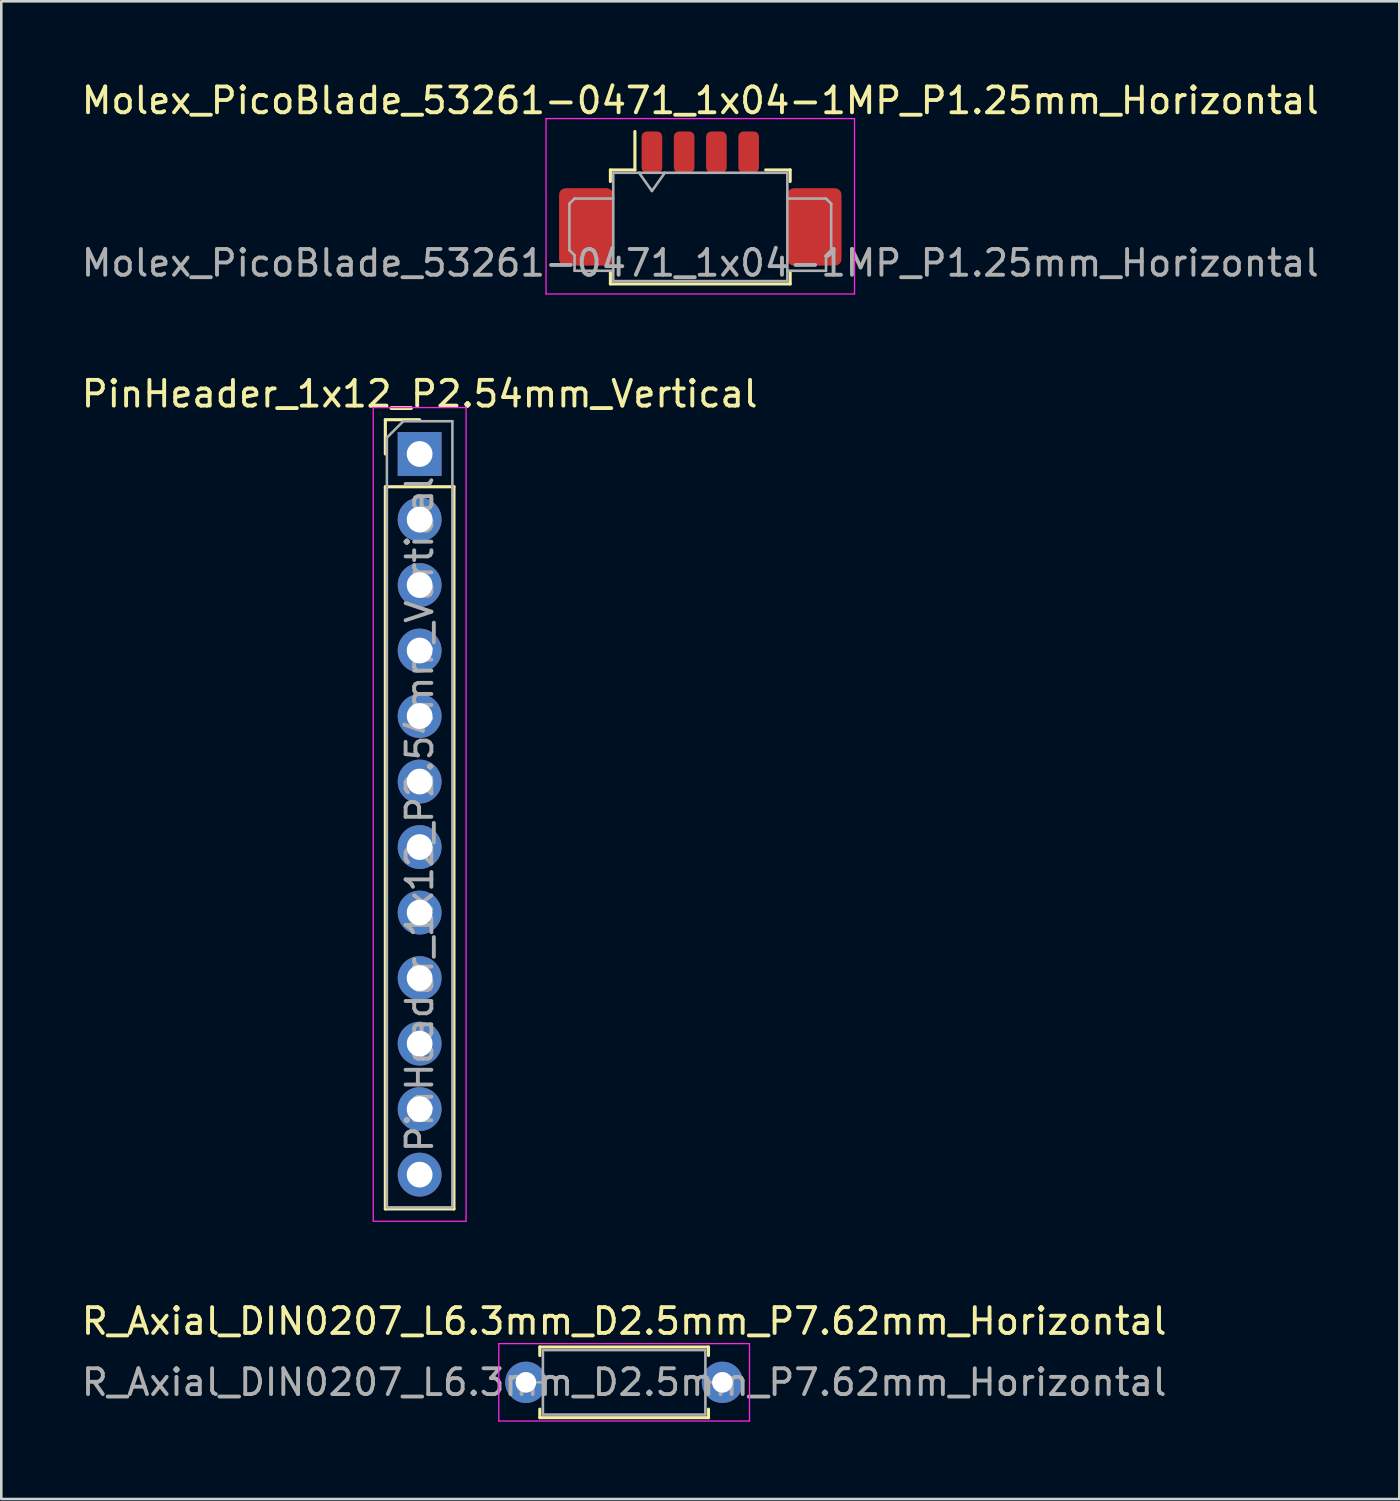
<source format=kicad_pcb>
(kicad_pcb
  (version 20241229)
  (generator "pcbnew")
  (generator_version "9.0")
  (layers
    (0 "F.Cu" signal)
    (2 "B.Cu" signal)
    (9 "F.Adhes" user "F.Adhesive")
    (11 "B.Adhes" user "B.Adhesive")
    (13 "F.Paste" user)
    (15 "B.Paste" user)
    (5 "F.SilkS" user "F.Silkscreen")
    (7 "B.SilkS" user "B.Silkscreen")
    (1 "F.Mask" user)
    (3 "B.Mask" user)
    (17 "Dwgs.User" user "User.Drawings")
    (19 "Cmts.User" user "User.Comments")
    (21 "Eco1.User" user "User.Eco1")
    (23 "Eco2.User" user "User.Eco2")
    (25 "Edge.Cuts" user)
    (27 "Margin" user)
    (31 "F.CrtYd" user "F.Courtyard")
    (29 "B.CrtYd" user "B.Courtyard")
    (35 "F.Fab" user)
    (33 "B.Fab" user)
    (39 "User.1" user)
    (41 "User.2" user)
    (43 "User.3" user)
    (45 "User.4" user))
  (footprint "R_Axial_DIN0207_L6.3mm_D2.5mm_P7.62mm_Horizontal"
    (layer "F.Cu")
    (at 17.339 50.545)
    (property "Reference" "R_Axial_DIN0207_L6.3mm_D2.5mm_P7.62mm_Horizontal" (at 3.81 -2.37 180) (layer "F.SilkS") (effects (font (size 1 1) (thickness 0.15))))
    (attr through_hole)
    (fp_line (start 0.54 -1.37) (end 7.08 -1.37) (stroke (width 0.12) (type solid)) (layer "F.SilkS"))
    (fp_line (start 0.54 -1.04) (end 0.54 -1.37) (stroke (width 0.12) (type solid)) (layer "F.SilkS"))
    (fp_line (start 0.54 1.04) (end 0.54 1.37) (stroke (width 0.12) (type solid)) (layer "F.SilkS"))
    (fp_line (start 0.54 1.37) (end 7.08 1.37) (stroke (width 0.12) (type solid)) (layer "F.SilkS"))
    (fp_line (start 7.08 -1.37) (end 7.08 -1.04) (stroke (width 0.12) (type solid)) (layer "F.SilkS"))
    (fp_line (start 7.08 1.37) (end 7.08 1.04) (stroke (width 0.12) (type solid)) (layer "F.SilkS"))
    (fp_line (start -1.05 -1.5) (end -1.05 1.5) (stroke (width 0.05) (type solid)) (layer "F.CrtYd"))
    (fp_line (start -1.05 1.5) (end 8.67 1.5) (stroke (width 0.05) (type solid)) (layer "F.CrtYd"))
    (fp_line (start 8.67 -1.5) (end -1.05 -1.5) (stroke (width 0.05) (type solid)) (layer "F.CrtYd"))
    (fp_line (start 8.67 1.5) (end 8.67 -1.5) (stroke (width 0.05) (type solid)) (layer "F.CrtYd"))
    (fp_line (start 0 0) (end 0.66 0) (stroke (width 0.1) (type solid)) (layer "F.Fab"))
    (fp_line (start 0.66 -1.25) (end 0.66 1.25) (stroke (width 0.1) (type solid)) (layer "F.Fab"))
    (fp_line (start 0.66 1.25) (end 6.96 1.25) (stroke (width 0.1) (type solid)) (layer "F.Fab"))
    (fp_line (start 6.96 -1.25) (end 0.66 -1.25) (stroke (width 0.1) (type solid)) (layer "F.Fab"))
    (fp_line (start 6.96 1.25) (end 6.96 -1.25) (stroke (width 0.1) (type solid)) (layer "F.Fab"))
    (fp_line (start 7.62 0) (end 6.96 0) (stroke (width 0.1) (type solid)) (layer "F.Fab"))
    (fp_text user "${REFERENCE}" (at 3.81 0 180) (layer "F.Fab") (effects (font (size 1 1) (thickness 0.15))))
    (pad "1" thru_hole circle (at 0 0) (size 1.6 1.6) (drill 0.8) (layers "*.Cu" "*.Mask"))
    (pad "2" thru_hole oval (at 7.62 0) (size 1.6 1.6) (drill 0.8) (layers "*.Cu" "*.Mask")))
  (footprint "PinHeader_1x12_P2.54mm_Vertical"
    (layer "F.Cu")
    (at 13.22 14.552)
    (property "Reference" "PinHeader_1x12_P2.54mm_Vertical" (at 0 -2.33 0) (layer "F.SilkS") (effects (font (size 1 1) (thickness 0.15))))
    (attr through_hole dnp)
    (fp_line (start -1.33 -1.33) (end -1.33 0) (stroke (width 0.12) (type solid)) (layer "F.SilkS"))
    (fp_line (start -1.33 29.27) (end -1.33 1.27) (stroke (width 0.12) (type solid)) (layer "F.SilkS"))
    (fp_line (start 0 -1.33) (end -1.33 -1.33) (stroke (width 0.12) (type solid)) (layer "F.SilkS"))
    (fp_line (start 1.33 1.27) (end -1.33 1.27) (stroke (width 0.12) (type solid)) (layer "F.SilkS"))
    (fp_line (start 1.33 29.27) (end -1.33 29.27) (stroke (width 0.12) (type solid)) (layer "F.SilkS"))
    (fp_line (start 1.33 29.27) (end 1.33 1.27) (stroke (width 0.12) (type solid)) (layer "F.SilkS"))
    (fp_line (start -1.8 -1.8) (end 1.8 -1.8) (stroke (width 0.05) (type solid)) (layer "F.CrtYd"))
    (fp_line (start -1.8 29.75) (end -1.8 -1.8) (stroke (width 0.05) (type solid)) (layer "F.CrtYd"))
    (fp_line (start 1.8 -1.8) (end 1.8 29.75) (stroke (width 0.05) (type solid)) (layer "F.CrtYd"))
    (fp_line (start 1.8 29.75) (end -1.8 29.75) (stroke (width 0.05) (type solid)) (layer "F.CrtYd"))
    (fp_line (start -1.27 -0.635) (end -1.27 29.21) (stroke (width 0.1) (type solid)) (layer "F.Fab"))
    (fp_line (start -1.27 29.21) (end 1.27 29.21) (stroke (width 0.1) (type solid)) (layer "F.Fab"))
    (fp_line (start -0.635 -1.27) (end -1.27 -0.635) (stroke (width 0.1) (type solid)) (layer "F.Fab"))
    (fp_line (start 1.27 -1.27) (end -0.635 -1.27) (stroke (width 0.1) (type solid)) (layer "F.Fab"))
    (fp_line (start 1.27 29.21) (end 1.27 -1.27) (stroke (width 0.1) (type solid)) (layer "F.Fab"))
    (fp_text user "${REFERENCE}" (at 0 13.97 90) (layer "F.Fab") (effects (font (size 1 1) (thickness 0.15))))
    (pad "1" thru_hole rect (at 0 0 180) (size 1.7 1.7) (drill 1) (layers "*.Cu" "*.Mask"))
    (pad "2" thru_hole oval (at 0 2.54 180) (size 1.7 1.7) (drill 1) (layers "*.Cu" "*.Mask"))
    (pad "3" thru_hole oval (at 0 5.08 180) (size 1.7 1.7) (drill 1) (layers "*.Cu" "*.Mask"))
    (pad "4" thru_hole oval (at 0 7.62 180) (size 1.7 1.7) (drill 1) (layers "*.Cu" "*.Mask"))
    (pad "5" thru_hole oval (at 0 10.16 180) (size 1.7 1.7) (drill 1) (layers "*.Cu" "*.Mask"))
    (pad "6" thru_hole oval (at 0 12.7 180) (size 1.7 1.7) (drill 1) (layers "*.Cu" "*.Mask"))
    (pad "7" thru_hole oval (at 0 15.24 180) (size 1.7 1.7) (drill 1) (layers "*.Cu" "*.Mask"))
    (pad "8" thru_hole oval (at 0 17.78 180) (size 1.7 1.7) (drill 1) (layers "*.Cu" "*.Mask"))
    (pad "9" thru_hole oval (at 0 20.32 180) (size 1.7 1.7) (drill 1) (layers "*.Cu" "*.Mask"))
    (pad "10" thru_hole oval (at 0 22.86 180) (size 1.7 1.7) (drill 1) (layers "*.Cu" "*.Mask"))
    (pad "11" thru_hole oval (at 0 25.4 180) (size 1.7 1.7) (drill 1) (layers "*.Cu" "*.Mask"))
    (pad "12" thru_hole oval (at 0 27.94 180) (size 1.7 1.7) (drill 1) (layers "*.Cu" "*.Mask")))
  (footprint "Molex_PicoBlade_53261-0471_1x04-1MP_P1.25mm_Horizontal"
    (layer "F.Cu")
    (at 24.101 5.248)
    (property "Reference" "Molex_PicoBlade_53261-0471_1x04-1MP_P1.25mm_Horizontal" (at 0 -4.4 180) (layer "F.SilkS") (effects (font (size 1 1) (thickness 0.15))))
    (attr smd allow_missing_courtyard)
    (fp_line (start -3.485 -1.71) (end -2.535 -1.71) (stroke (width 0.12) (type solid)) (layer "F.SilkS"))
    (fp_line (start -3.485 -1.26) (end -3.485 -1.71) (stroke (width 0.12) (type solid)) (layer "F.SilkS"))
    (fp_line (start -3.485 2.26) (end -3.485 2.71) (stroke (width 0.12) (type solid)) (layer "F.SilkS"))
    (fp_line (start -3.485 2.71) (end 3.485 2.71) (stroke (width 0.12) (type solid)) (layer "F.SilkS"))
    (fp_line (start -2.535 -1.71) (end -2.535 -3.2) (stroke (width 0.12) (type solid)) (layer "F.SilkS"))
    (fp_line (start 3.485 -1.71) (end 2.535 -1.71) (stroke (width 0.12) (type solid)) (layer "F.SilkS"))
    (fp_line (start 3.485 -1.26) (end 3.485 -1.71) (stroke (width 0.12) (type solid)) (layer "F.SilkS"))
    (fp_line (start 3.485 2.71) (end 3.485 2.26) (stroke (width 0.12) (type solid)) (layer "F.SilkS"))
    (fp_line (start -5.98 -3.7) (end -5.98 3.1) (stroke (width 0.05) (type solid)) (layer "F.CrtYd"))
    (fp_line (start -5.98 3.1) (end 5.98 3.1) (stroke (width 0.05) (type solid)) (layer "F.CrtYd"))
    (fp_line (start 5.98 -3.7) (end -5.98 -3.7) (stroke (width 0.05) (type solid)) (layer "F.CrtYd"))
    (fp_line (start 5.98 3.1) (end 5.98 -3.7) (stroke (width 0.05) (type solid)) (layer "F.CrtYd"))
    (fp_line (start -5.075 -0.4) (end -5.075 1.4) (stroke (width 0.1) (type solid)) (layer "F.Fab"))
    (fp_line (start -5.075 1.4) (end -4.875 1.6) (stroke (width 0.1) (type solid)) (layer "F.Fab"))
    (fp_line (start -4.875 -0.6) (end -5.075 -0.4) (stroke (width 0.1) (type solid)) (layer "F.Fab"))
    (fp_line (start -4.875 1.6) (end -4.875 2.2) (stroke (width 0.1) (type solid)) (layer "F.Fab"))
    (fp_line (start -4.875 2.2) (end -3.375 2.2) (stroke (width 0.1) (type solid)) (layer "F.Fab"))
    (fp_line (start -3.375 -1.6) (end -3.375 2.6) (stroke (width 0.1) (type solid)) (layer "F.Fab"))
    (fp_line (start -3.375 -1.6) (end 3.375 -1.6) (stroke (width 0.1) (type solid)) (layer "F.Fab"))
    (fp_line (start -3.375 -0.6) (end -4.875 -0.6) (stroke (width 0.1) (type solid)) (layer "F.Fab"))
    (fp_line (start -3.375 2.6) (end 3.375 2.6) (stroke (width 0.1) (type solid)) (layer "F.Fab"))
    (fp_line (start -2.375 -1.6) (end -1.875 -0.893) (stroke (width 0.1) (type solid)) (layer "F.Fab"))
    (fp_line (start -1.875 -0.893) (end -1.375 -1.6) (stroke (width 0.1) (type solid)) (layer "F.Fab"))
    (fp_line (start 3.375 -1.6) (end 3.375 2.6) (stroke (width 0.1) (type solid)) (layer "F.Fab"))
    (fp_line (start 3.375 -0.6) (end 4.875 -0.6) (stroke (width 0.1) (type solid)) (layer "F.Fab"))
    (fp_line (start 4.875 -0.6) (end 5.075 -0.4) (stroke (width 0.1) (type solid)) (layer "F.Fab"))
    (fp_line (start 4.875 1.6) (end 4.875 2.2) (stroke (width 0.1) (type solid)) (layer "F.Fab"))
    (fp_line (start 4.875 2.2) (end 3.375 2.2) (stroke (width 0.1) (type solid)) (layer "F.Fab"))
    (fp_line (start 5.075 -0.4) (end 5.075 1.4) (stroke (width 0.1) (type solid)) (layer "F.Fab"))
    (fp_line (start 5.075 1.4) (end 4.875 1.6) (stroke (width 0.1) (type solid)) (layer "F.Fab"))
    (fp_text user "${REFERENCE}" (at 0 1.9 180) (layer "F.Fab") (effects (font (size 1 1) (thickness 0.15))))
    (pad "1" smd roundrect (at -1.875 -2.4) (size 0.8 1.6) (layers "F.Cu" "F.Mask" "F.Paste") (roundrect_rratio 0.25))
    (pad "2" smd roundrect (at -0.625 -2.4) (size 0.8 1.6) (layers "F.Cu" "F.Mask" "F.Paste") (roundrect_rratio 0.25))
    (pad "3" smd roundrect (at 0.625 -2.4) (size 0.8 1.6) (layers "F.Cu" "F.Mask" "F.Paste") (roundrect_rratio 0.25))
    (pad "4" smd roundrect (at 1.875 -2.4) (size 0.8 1.6) (layers "F.Cu" "F.Mask" "F.Paste") (roundrect_rratio 0.25))
    (pad "MP" smd roundrect (at -4.425 0.5) (size 2.1 3) (layers "F.Cu" "F.Mask" "F.Paste") (roundrect_rratio 0.119))
    (pad "MP" smd roundrect (at 4.425 0.5) (size 2.1 3) (layers "F.Cu" "F.Mask" "F.Paste") (roundrect_rratio 0.119)))
  (gr_rect
    (start -3 -3)
    (end 51.202 55.07)
    (stroke (width 0.1) (type default))
    (fill no)
    (layer "Edge.Cuts")))
</source>
